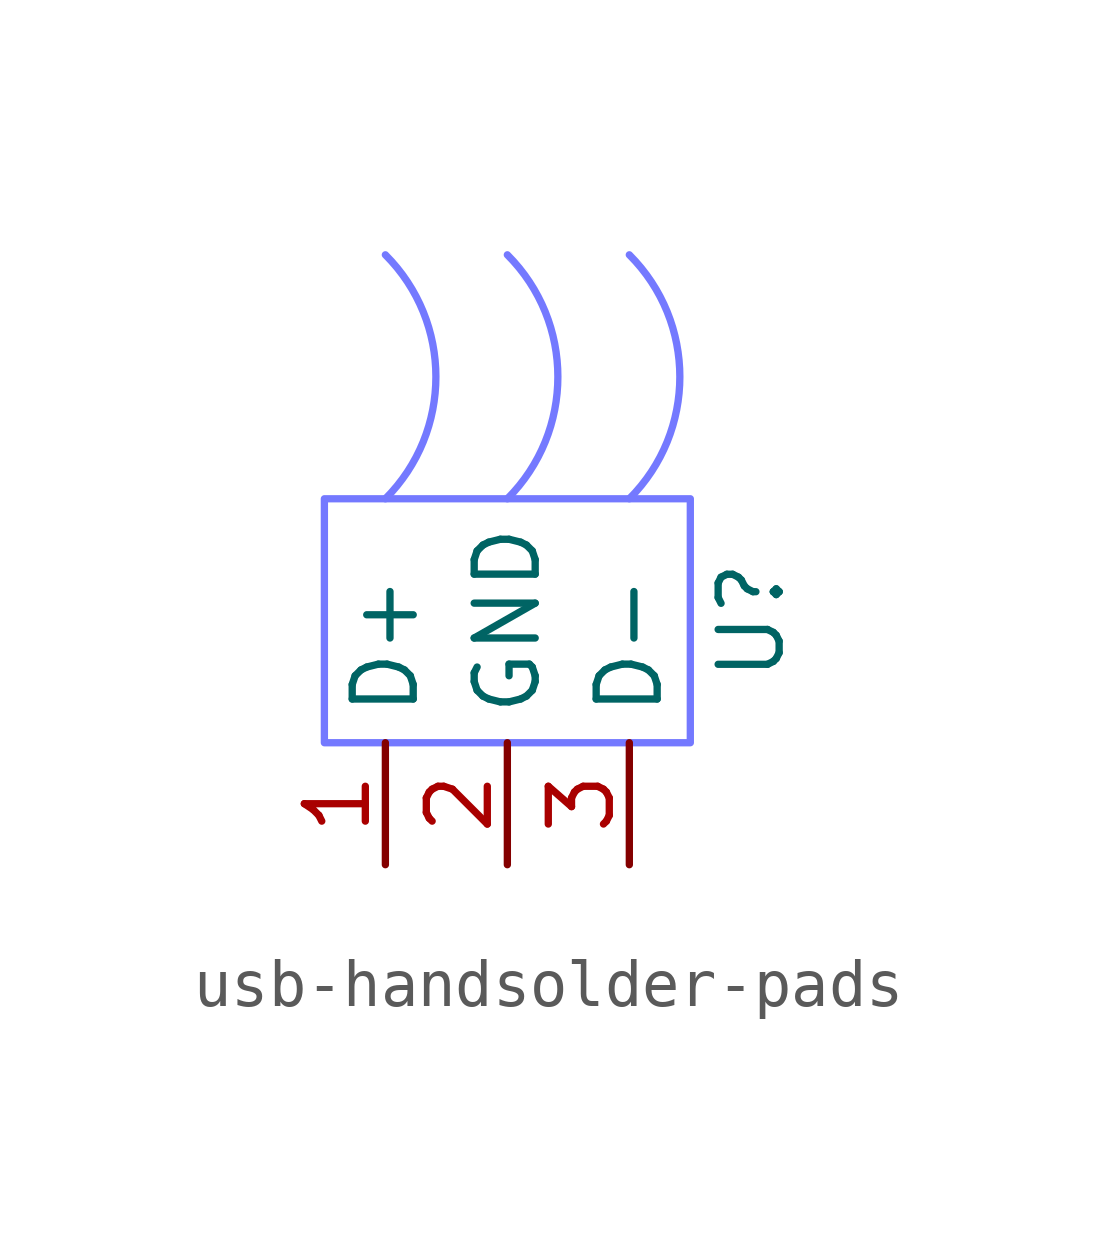
<source format=kicad_sym>
(kicad_symbol_lib
  (version 20220914)
  (generator kicad_symbol_editor)
  (symbol "usb-handsolder-pads"
    (property "Reference" "U"
      (at 5.08 0 90)
      (effects (font (size 1.27 1.27))))
    (property "Value" ""
      (at 0 0 0)
      (effects (font (size 1.27 1.27))))
    (symbol "usb-handsolder-pads_1_1"
      (rectangle (start -3.81 2.54) (end 3.81 -2.54) (stroke (width 0) (type default) (color 116 121 255 1)) (fill (type none)))
      (arc (start -2.54 2.54) (mid -1.4879 5.08) (end -2.54 7.62) (stroke (width 0) (type default) (color 116 121 255 1)) (fill (type none)))
      (arc (start 0 2.54) (mid 1.0521 5.08) (end 0 7.62) (stroke (width 0) (type default) (color 116 121 255 1)) (fill (type none)))
      (arc (start 2.54 2.54) (mid 3.5921 5.08) (end 2.54 7.62) (stroke (width 0) (type default) (color 116 121 255 1)) (fill (type none)))
      (pin input line (at -2.54 -5.08 90) (length 2.54) (name "D+" (effects (font (size 1.27 1.27)))) (number "1" (effects (font (size 1.27 1.27)))))
      (pin input line (at 0 -5.08 90) (length 2.54) (name "GND" (effects (font (size 1.27 1.27)))) (number "2" (effects (font (size 1.27 1.27)))))
      (pin input line (at 2.54 -5.08 90) (length 2.54) (name "D-" (effects (font (size 1.27 1.27)))) (number "3" (effects (font (size 1.27 1.27))))))))
</source>
